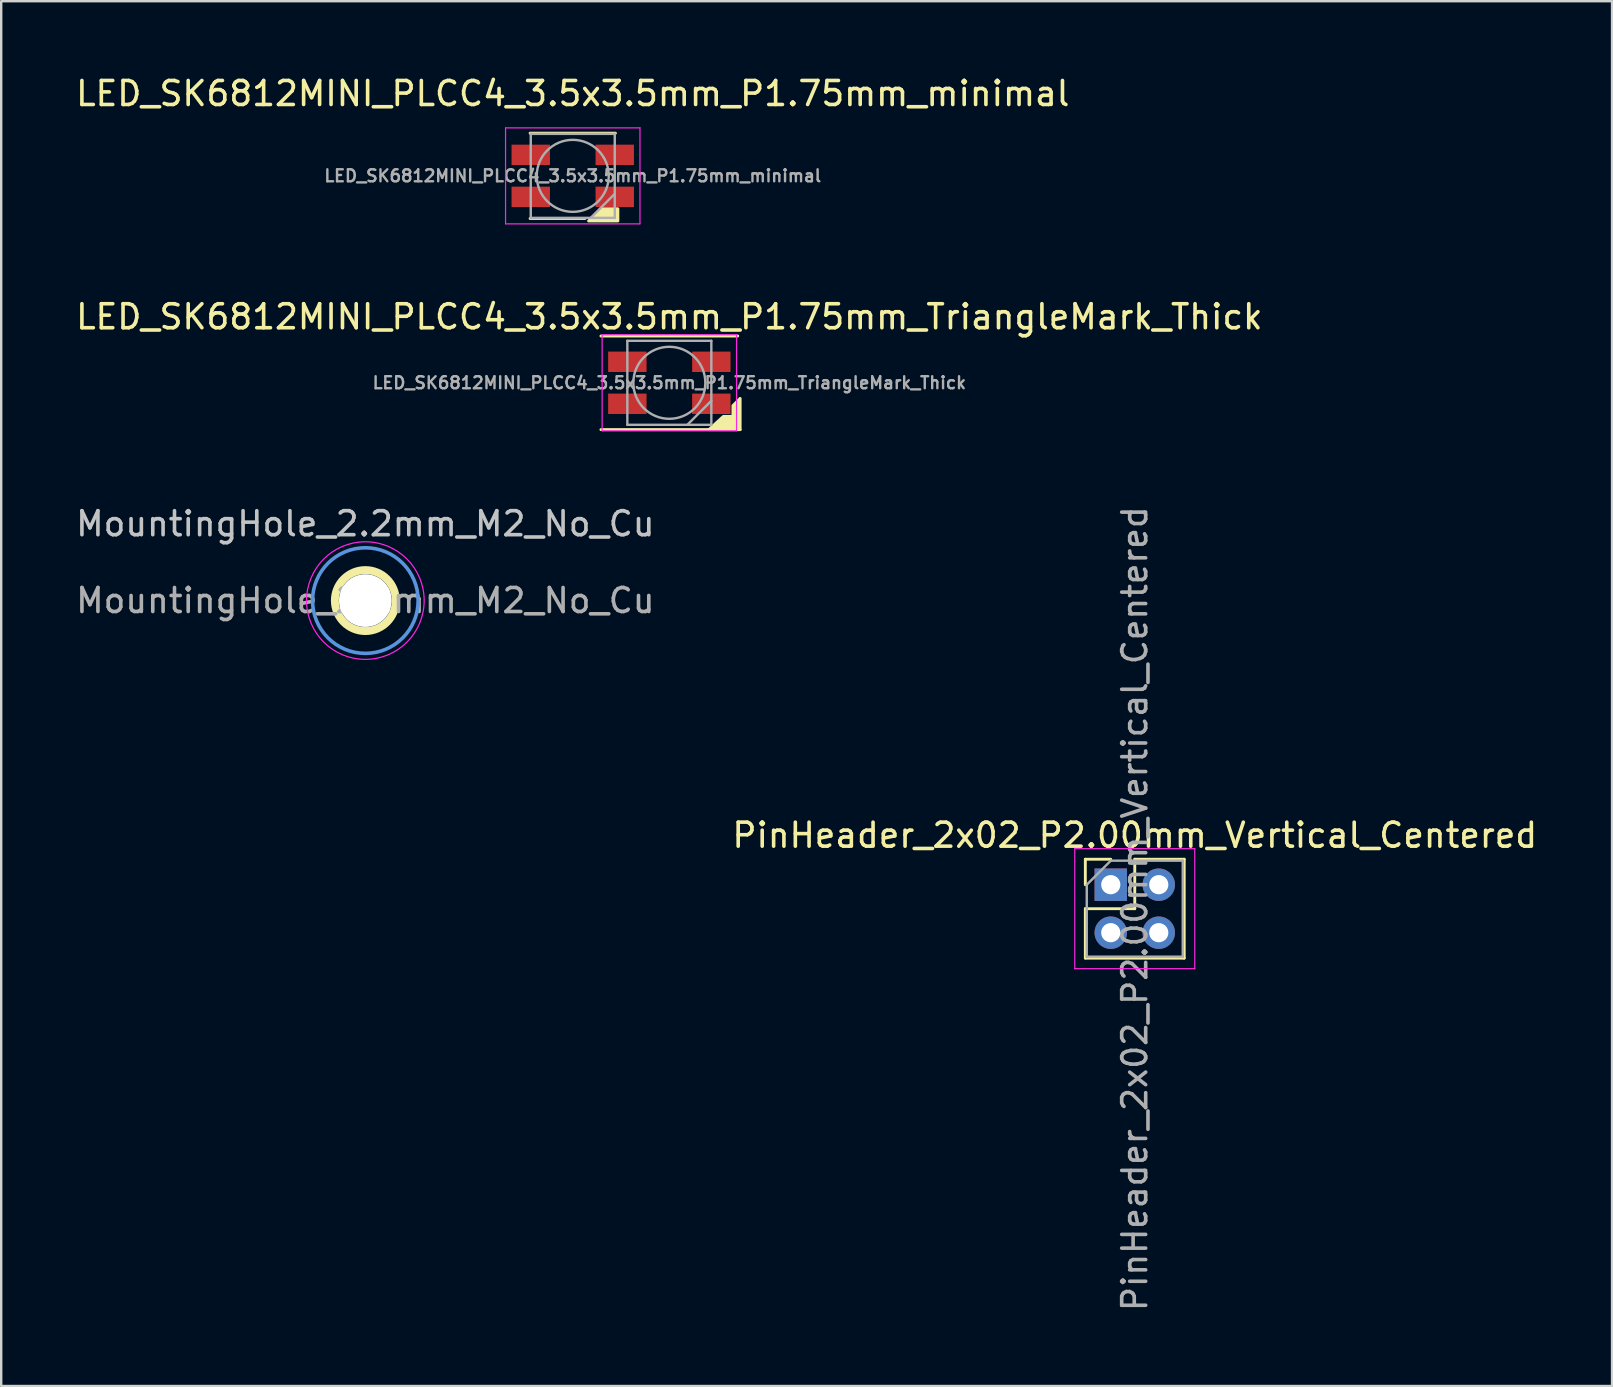
<source format=kicad_pcb>
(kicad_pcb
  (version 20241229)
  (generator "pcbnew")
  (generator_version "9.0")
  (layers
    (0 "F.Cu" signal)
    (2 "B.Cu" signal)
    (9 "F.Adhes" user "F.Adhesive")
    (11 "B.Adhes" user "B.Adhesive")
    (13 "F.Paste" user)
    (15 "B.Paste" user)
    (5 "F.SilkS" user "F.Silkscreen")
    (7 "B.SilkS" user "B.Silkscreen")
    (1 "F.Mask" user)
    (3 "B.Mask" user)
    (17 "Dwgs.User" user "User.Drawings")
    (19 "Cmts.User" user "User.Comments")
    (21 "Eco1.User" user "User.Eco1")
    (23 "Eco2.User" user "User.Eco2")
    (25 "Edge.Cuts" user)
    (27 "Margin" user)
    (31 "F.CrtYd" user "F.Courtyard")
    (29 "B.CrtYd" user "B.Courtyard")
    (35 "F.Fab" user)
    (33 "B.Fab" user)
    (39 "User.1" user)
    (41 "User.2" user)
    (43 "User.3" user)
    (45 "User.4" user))
  (footprint "PinHeader_2x02_P2.00mm_Vertical_Centered"
    (layer "F.Cu")
    (at 44.232 34.812)
    (property "Reference" "PinHeader_2x02_P2.00mm_Vertical_Centered" (at 0 -3.06 0) (layer "F.SilkS") (effects (font (size 1 1) (thickness 0.15))))
    (attr through_hole)
    (fp_line (start -2.06 -2.06) (end -1 -2.06) (stroke (width 0.12) (type solid)) (layer "F.SilkS"))
    (fp_line (start -2.06 -1) (end -2.06 -2.06) (stroke (width 0.12) (type solid)) (layer "F.SilkS"))
    (fp_line (start -2.06 0) (end -2.06 2.06) (stroke (width 0.12) (type solid)) (layer "F.SilkS"))
    (fp_line (start -2.06 0) (end 0 0) (stroke (width 0.12) (type solid)) (layer "F.SilkS"))
    (fp_line (start -2.06 2.06) (end 2.06 2.06) (stroke (width 0.12) (type solid)) (layer "F.SilkS"))
    (fp_line (start 0 -2.06) (end 2.06 -2.06) (stroke (width 0.12) (type solid)) (layer "F.SilkS"))
    (fp_line (start 0 0) (end 0 -2.06) (stroke (width 0.12) (type solid)) (layer "F.SilkS"))
    (fp_line (start 2.06 -2.06) (end 2.06 2.06) (stroke (width 0.12) (type solid)) (layer "F.SilkS"))
    (fp_line (start -2.5 -2.5) (end -2.5 2.5) (stroke (width 0.05) (type solid)) (layer "F.CrtYd"))
    (fp_line (start -2.5 2.5) (end 2.5 2.5) (stroke (width 0.05) (type solid)) (layer "F.CrtYd"))
    (fp_line (start 2.5 -2.5) (end -2.5 -2.5) (stroke (width 0.05) (type solid)) (layer "F.CrtYd"))
    (fp_line (start 2.5 2.5) (end 2.5 -2.5) (stroke (width 0.05) (type solid)) (layer "F.CrtYd"))
    (fp_line (start -2 -1) (end -1 -2) (stroke (width 0.1) (type solid)) (layer "F.Fab"))
    (fp_line (start -2 2) (end -2 -1) (stroke (width 0.1) (type solid)) (layer "F.Fab"))
    (fp_line (start -1 -2) (end 2 -2) (stroke (width 0.1) (type solid)) (layer "F.Fab"))
    (fp_line (start 2 -2) (end 2 2) (stroke (width 0.1) (type solid)) (layer "F.Fab"))
    (fp_line (start 2 2) (end -2 2) (stroke (width 0.1) (type solid)) (layer "F.Fab"))
    (fp_text user "${REFERENCE}" (at 0 0 90) (layer "F.Fab") (effects (font (size 1 1) (thickness 0.15))))
    (pad "1" thru_hole rect (at -1 -1) (size 1.35 1.35) (drill 0.8) (layers "*.Cu" "*.Mask"))
    (pad "2" thru_hole oval (at 1 -1) (size 1.35 1.35) (drill 0.8) (layers "*.Cu" "*.Mask"))
    (pad "3" thru_hole oval (at -1 1) (size 1.35 1.35) (drill 0.8) (layers "*.Cu" "*.Mask"))
    (pad "4" thru_hole oval (at 1 1) (size 1.35 1.35) (drill 0.8) (layers "*.Cu" "*.Mask")))
  (footprint "LED_SK6812MINI_PLCC4_3.5x3.5mm_P1.75mm_minimal"
    (layer "F.Cu")
    (at 20.815 4.277)
    (property "Reference" "LED_SK6812MINI_PLCC4_3.5x3.5mm_P1.75mm_minimal" (at 0 -3.429 0) (layer "F.SilkS") (effects (font (size 1 1) (thickness 0.15))))
    (attr smd)
    (fp_line (start -1.778 -1.778) (end 1.778 -1.778) (stroke (width 0.12) (type solid)) (layer "F.SilkS"))
    (fp_line (start -1.778 1.778) (end 0.508 1.778) (stroke (width 0.12) (type solid)) (layer "F.SilkS"))
    (fp_poly (pts (xy 1.88 1.88) (xy 0.66 1.88) (xy 1.168 1.372) (xy 1.88 1.372)) (stroke (width 0.12) (type solid)) (fill yes) (layer "F.SilkS"))
    (fp_line (start -2.8 -2) (end -2.8 2) (stroke (width 0.05) (type solid)) (layer "F.CrtYd"))
    (fp_line (start -2.8 2) (end 2.8 2) (stroke (width 0.05) (type solid)) (layer "F.CrtYd"))
    (fp_line (start 2.8 -2) (end -2.8 -2) (stroke (width 0.05) (type solid)) (layer "F.CrtYd"))
    (fp_line (start 2.8 2) (end 2.8 -2) (stroke (width 0.05) (type solid)) (layer "F.CrtYd"))
    (fp_line (start -1.75 -1.75) (end -1.75 1.75) (stroke (width 0.1) (type solid)) (layer "F.Fab"))
    (fp_line (start -1.75 1.75) (end 1.75 1.75) (stroke (width 0.1) (type solid)) (layer "F.Fab"))
    (fp_line (start 1.75 -1.75) (end -1.75 -1.75) (stroke (width 0.1) (type solid)) (layer "F.Fab"))
    (fp_line (start 1.75 0.75) (end 0.75 1.75) (stroke (width 0.1) (type solid)) (layer "F.Fab"))
    (fp_line (start 1.75 1.75) (end 1.75 -1.75) (stroke (width 0.1) (type solid)) (layer "F.Fab"))
    (fp_circle (center 0 0) (end 0 -1.5) (stroke (width 0.1) (type solid)) (fill no) (layer "F.Fab"))
    (fp_text user "${REFERENCE}" (at 0 0 0) (layer "F.Fab") (effects (font (size 0.5 0.5) (thickness 0.1))))
    (pad "1" smd rect (at -1.75 -0.875) (size 1.6 0.85) (layers "F.Cu" "F.Mask" "F.Paste"))
    (pad "2" smd rect (at -1.75 0.875) (size 1.6 0.85) (layers "F.Cu" "F.Mask" "F.Paste"))
    (pad "3" smd rect (at 1.75 0.875) (size 1.6 0.85) (layers "F.Cu" "F.Mask" "F.Paste"))
    (pad "4" smd rect (at 1.75 -0.875) (size 1.6 0.85) (layers "F.Cu" "F.Mask" "F.Paste")))
  (footprint "MountingHole_2.2mm_M2_No_Cu"
    (layer "F.Cu")
    (at 12.173 21.974)
    (property "Reference" "MountingHole_2.2mm_M2_No_Cu" (at 0 -3.2 0) (layer "Dwgs.User") (effects (font (size 1 1) (thickness 0.15))))
    (attr exclude_from_pos_files)
    (fp_circle (center 0 0) (end 1.27 0) (stroke (width 0.33) (type solid)) (fill no) (layer "F.SilkS"))
    (fp_circle (center 0 0) (end 2.2 0) (stroke (width 0.15) (type solid)) (fill no) (layer "Cmts.User"))
    (fp_circle (center 0 0) (end 2.45 0) (stroke (width 0.05) (type solid)) (fill no) (layer "F.CrtYd"))
    (fp_text user "${REFERENCE}" (at 0 0 0) (layer "F.Fab") (effects (font (size 1 1) (thickness 0.15))))
    (pad "" np_thru_hole circle (at 0 0) (size 2.2 2.2) (drill 2.2) (layers "*.Cu" "*.Mask"))
    (zone (net_name "") (layers "F.Cu" "B.Cu") (hatch edge 0.508) (connect_pads) (min_thickness 0.254) (filled_areas_thickness no) (keepout (tracks not_allowed) (vias not_allowed) (pads allowed) (copperpour not_allowed) (footprints allowed)) (placement (enabled no)) (fill) (polygon (pts (xy 13.173 19.774) (xy 13.973 20.374) (xy 14.473 21.174) (xy 14.573 21.974) (xy 14.473 22.774) (xy 13.973 23.574) (xy 13.173 24.174) (xy 12.173 24.374) (xy 11.173 24.174) (xy 10.373 23.574) (xy 9.873 22.774) (xy 9.773 21.974) (xy 9.873 21.174) (xy 10.373 20.374) (xy 11.173 19.774) (xy 12.173 19.574)))))
  (footprint "LED_SK6812MINI_PLCC4_3.5x3.5mm_P1.75mm_TriangleMark_Thick"
    (layer "F.Cu")
    (at 24.839 12.9)
    (property "Reference" "LED_SK6812MINI_PLCC4_3.5x3.5mm_P1.75mm_TriangleMark_Thick" (at 0 -2.75 0) (layer "F.SilkS") (effects (font (size 1 1) (thickness 0.15))))
    (attr smd)
    (fp_line (start -2.85 -1.95) (end 2.85 -1.95) (stroke (width 0.12) (type solid)) (layer "F.SilkS"))
    (fp_line (start -2.85 1.95) (end 2.95 1.95) (stroke (width 0.12) (type solid)) (layer "F.SilkS"))
    (fp_poly (pts (xy 2.95 1.95) (xy 1.65 1.95) (xy 2.25 1.4) (xy 2.65 1.4) (xy 2.65 0.95) (xy 2.95 0.65)) (stroke (width 0.12) (type solid)) (fill yes) (layer "F.SilkS"))
    (fp_line (start -2.8 -2) (end -2.8 2) (stroke (width 0.05) (type solid)) (layer "F.CrtYd"))
    (fp_line (start -2.8 2) (end 2.8 2) (stroke (width 0.05) (type solid)) (layer "F.CrtYd"))
    (fp_line (start 2.8 -2) (end -2.8 -2) (stroke (width 0.05) (type solid)) (layer "F.CrtYd"))
    (fp_line (start 2.8 2) (end 2.8 -2) (stroke (width 0.05) (type solid)) (layer "F.CrtYd"))
    (fp_line (start -1.75 -1.75) (end -1.75 1.75) (stroke (width 0.1) (type solid)) (layer "F.Fab"))
    (fp_line (start -1.75 1.75) (end 1.75 1.75) (stroke (width 0.1) (type solid)) (layer "F.Fab"))
    (fp_line (start 1.75 -1.75) (end -1.75 -1.75) (stroke (width 0.1) (type solid)) (layer "F.Fab"))
    (fp_line (start 1.75 0.75) (end 0.75 1.75) (stroke (width 0.1) (type solid)) (layer "F.Fab"))
    (fp_line (start 1.75 1.75) (end 1.75 -1.75) (stroke (width 0.1) (type solid)) (layer "F.Fab"))
    (fp_circle (center 0 0) (end 0 -1.5) (stroke (width 0.1) (type solid)) (fill no) (layer "F.Fab"))
    (fp_text user "${REFERENCE}" (at 0 0 0) (layer "F.Fab") (effects (font (size 0.5 0.5) (thickness 0.1))))
    (pad "1" smd rect (at -1.75 -0.875) (size 1.6 0.85) (layers "F.Cu" "F.Mask" "F.Paste"))
    (pad "2" smd rect (at -1.75 0.875) (size 1.6 0.85) (layers "F.Cu" "F.Mask" "F.Paste"))
    (pad "3" smd rect (at 1.75 0.875) (size 1.6 0.85) (layers "F.Cu" "F.Mask" "F.Paste"))
    (pad "4" smd rect (at 1.75 -0.875) (size 1.6 0.85) (layers "F.Cu" "F.Mask" "F.Paste")))
  (gr_rect
    (start -3 -3)
    (end 64.119 54.699)
    (stroke (width 0.1) (type default))
    (fill no)
    (layer "Edge.Cuts")))
</source>
